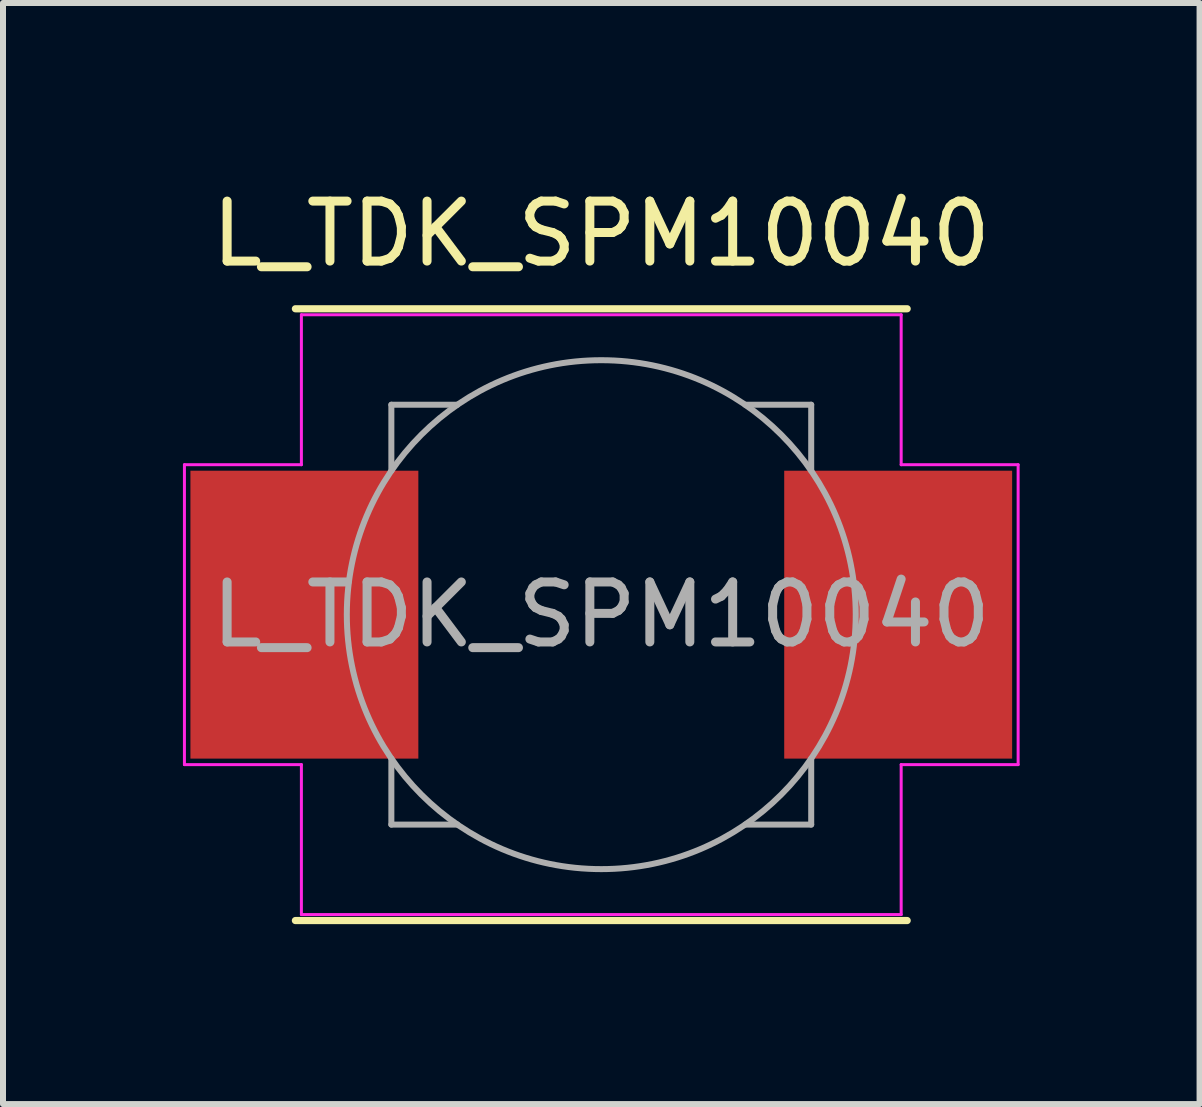
<source format=kicad_pcb>
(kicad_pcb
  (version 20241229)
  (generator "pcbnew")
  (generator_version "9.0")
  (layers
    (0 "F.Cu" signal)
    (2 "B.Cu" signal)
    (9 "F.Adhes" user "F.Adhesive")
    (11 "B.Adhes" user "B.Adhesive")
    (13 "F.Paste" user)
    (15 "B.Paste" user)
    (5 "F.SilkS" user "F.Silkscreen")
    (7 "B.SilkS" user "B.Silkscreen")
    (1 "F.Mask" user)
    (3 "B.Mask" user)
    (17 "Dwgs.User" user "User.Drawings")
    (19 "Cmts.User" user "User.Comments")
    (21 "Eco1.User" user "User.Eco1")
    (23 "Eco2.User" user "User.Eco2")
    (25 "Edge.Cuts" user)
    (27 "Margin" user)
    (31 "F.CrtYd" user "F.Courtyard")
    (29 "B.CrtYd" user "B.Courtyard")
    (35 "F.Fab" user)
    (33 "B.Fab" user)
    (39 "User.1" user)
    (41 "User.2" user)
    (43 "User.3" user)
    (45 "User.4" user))
  (footprint "L_TDK_SPM10040"
    (layer "F.Cu")
    (at 6.975 7.198)
    (property "Reference" "L_TDK_SPM10040" (at 0 -6.35 0) (layer "F.SilkS") (effects (font (size 1 1) (thickness 0.15))))
    (attr smd)
    (fp_line (start -5.1 -5.1) (end 5.1 -5.1) (stroke (width 0.12) (type solid)) (layer "F.SilkS"))
    (fp_line (start -5.1 5.1) (end 5.1 5.1) (stroke (width 0.12) (type solid)) (layer "F.SilkS"))
    (fp_line (start -6.95 -2.5) (end -5 -2.5) (stroke (width 0.05) (type solid)) (layer "F.CrtYd"))
    (fp_line (start -6.95 2.5) (end -6.95 -2.5) (stroke (width 0.05) (type solid)) (layer "F.CrtYd"))
    (fp_line (start -6.95 2.5) (end -5 2.5) (stroke (width 0.05) (type solid)) (layer "F.CrtYd"))
    (fp_line (start -5 -5) (end -5 -2.5) (stroke (width 0.05) (type solid)) (layer "F.CrtYd"))
    (fp_line (start -5 2.5) (end -5 5) (stroke (width 0.05) (type solid)) (layer "F.CrtYd"))
    (fp_line (start -5 5) (end 5 5) (stroke (width 0.05) (type solid)) (layer "F.CrtYd"))
    (fp_line (start 5 -5) (end -5 -5) (stroke (width 0.05) (type solid)) (layer "F.CrtYd"))
    (fp_line (start 5 -2.5) (end 5 -5) (stroke (width 0.05) (type solid)) (layer "F.CrtYd"))
    (fp_line (start 5 2.5) (end 5 5) (stroke (width 0.05) (type solid)) (layer "F.CrtYd"))
    (fp_line (start 6.95 -2.5) (end 5 -2.5) (stroke (width 0.05) (type solid)) (layer "F.CrtYd"))
    (fp_line (start 6.95 -2.5) (end 6.95 2.5) (stroke (width 0.05) (type solid)) (layer "F.CrtYd"))
    (fp_line (start 6.95 2.5) (end 5 2.5) (stroke (width 0.05) (type solid)) (layer "F.CrtYd"))
    (fp_line (start -3.5 -3.5) (end -2.4 -3.5) (stroke (width 0.1) (type solid)) (layer "F.Fab"))
    (fp_line (start -3.5 -2.4) (end -3.5 -3.5) (stroke (width 0.1) (type solid)) (layer "F.Fab"))
    (fp_line (start -3.5 2.4) (end -3.5 3.5) (stroke (width 0.1) (type solid)) (layer "F.Fab"))
    (fp_line (start -3.5 3.5) (end -2.4 3.5) (stroke (width 0.1) (type solid)) (layer "F.Fab"))
    (fp_line (start 3.5 -3.5) (end 2.4 -3.5) (stroke (width 0.1) (type solid)) (layer "F.Fab"))
    (fp_line (start 3.5 -3.5) (end 3.5 -2.4) (stroke (width 0.1) (type solid)) (layer "F.Fab"))
    (fp_line (start 3.5 2.4) (end 3.5 3.5) (stroke (width 0.1) (type solid)) (layer "F.Fab"))
    (fp_line (start 3.5 3.5) (end 2.4 3.5) (stroke (width 0.1) (type solid)) (layer "F.Fab"))
    (fp_circle (center 0 0) (end 3 3) (stroke (width 0.1) (type solid)) (fill no) (layer "F.Fab"))
    (fp_text user "${REFERENCE}" (at 0 0 0) (layer "F.Fab") (effects (font (size 1 1) (thickness 0.15))))
    (pad "1" smd rect (at -4.95 0) (size 3.8 4.8) (layers "F.Cu" "F.Mask" "F.Paste"))
    (pad "2" smd rect (at 4.95 0) (size 3.8 4.8) (layers "F.Cu" "F.Mask" "F.Paste")))
  (gr_rect
    (start -3 -3)
    (end 16.95 15.358)
    (stroke (width 0.1) (type default))
    (fill no)
    (layer "Edge.Cuts")))
</source>
